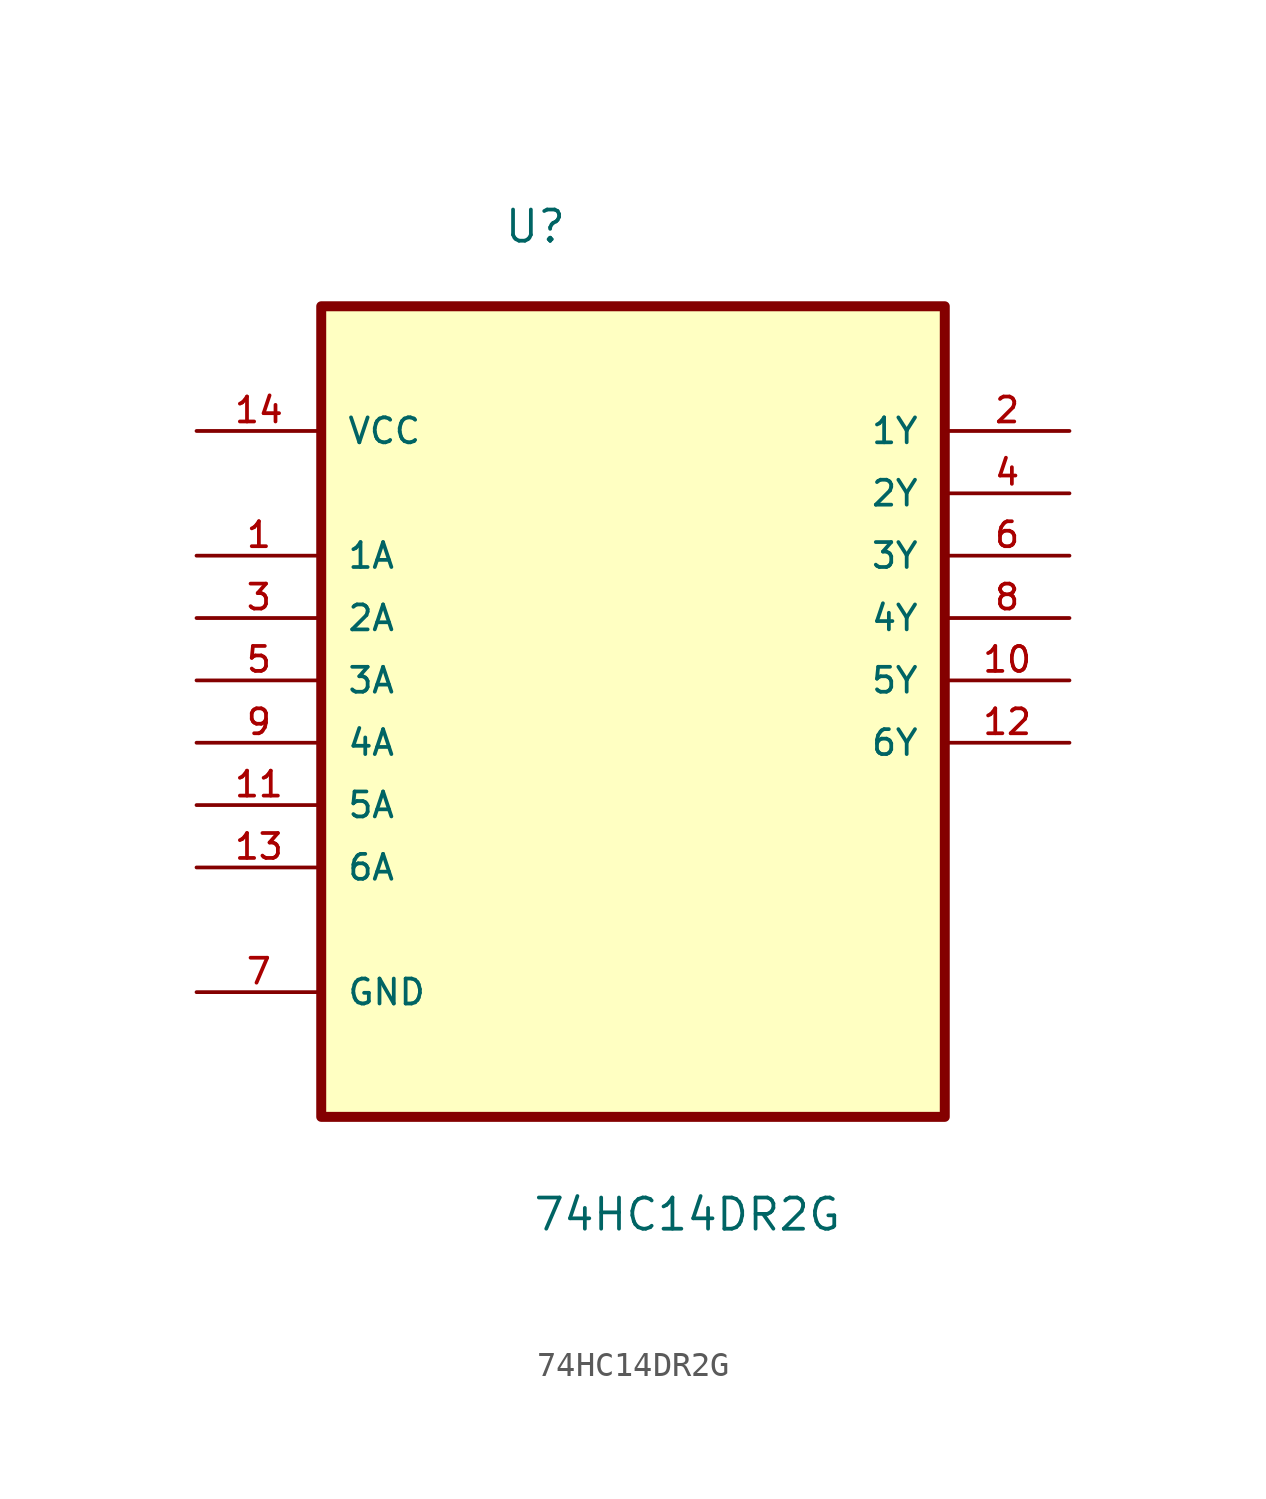
<source format=kicad_sym>
(kicad_symbol_lib
  (version 20211014)
  (generator kicad_symbol_editor)
  (symbol "74HC14DR2G"
    (pin_names
      (offset 1.016))
    (property "Reference" "U"
      (at -5.289 15.207 0.0)
      (effects (font (size 1.27 1.27)) (justify bottom left)))
    (property "Value" "74HC14DR2G"
      (at -4.118 -25.039 0.0)
      (effects (font (size 1.27 1.27)) (justify bottom left)))
    (symbol "74HC14DR2G_0_0"
      (rectangle (start -12.7 -20.32) (end 12.7 12.7) (stroke (width 0.406)) (fill (type background)))
      (pin power_in line (at -17.78 7.62 0) (length 5.08) (name "VCC" (effects (font (size 1.016 1.016)))) (number "14" (effects (font (size 1.016 1.016)))))
      (pin input line (at -17.78 2.54 0) (length 5.08) (name "1A" (effects (font (size 1.016 1.016)))) (number "1" (effects (font (size 1.016 1.016)))))
      (pin input line (at -17.78 0.0 0) (length 5.08) (name "2A" (effects (font (size 1.016 1.016)))) (number "3" (effects (font (size 1.016 1.016)))))
      (pin input line (at -17.78 -2.54 0) (length 5.08) (name "3A" (effects (font (size 1.016 1.016)))) (number "5" (effects (font (size 1.016 1.016)))))
      (pin input line (at -17.78 -5.08 0) (length 5.08) (name "4A" (effects (font (size 1.016 1.016)))) (number "9" (effects (font (size 1.016 1.016)))))
      (pin input line (at -17.78 -7.62 0) (length 5.08) (name "5A" (effects (font (size 1.016 1.016)))) (number "11" (effects (font (size 1.016 1.016)))))
      (pin input line (at -17.78 -10.16 0) (length 5.08) (name "6A" (effects (font (size 1.016 1.016)))) (number "13" (effects (font (size 1.016 1.016)))))
      (pin passive line (at -17.78 -15.24 0) (length 5.08) (name "GND" (effects (font (size 1.016 1.016)))) (number "7" (effects (font (size 1.016 1.016)))))
      (pin output line (at 17.78 7.62 180.0) (length 5.08) (name "1Y" (effects (font (size 1.016 1.016)))) (number "2" (effects (font (size 1.016 1.016)))))
      (pin output line (at 17.78 5.08 180.0) (length 5.08) (name "2Y" (effects (font (size 1.016 1.016)))) (number "4" (effects (font (size 1.016 1.016)))))
      (pin output line (at 17.78 2.54 180.0) (length 5.08) (name "3Y" (effects (font (size 1.016 1.016)))) (number "6" (effects (font (size 1.016 1.016)))))
      (pin output line (at 17.78 0.0 180.0) (length 5.08) (name "4Y" (effects (font (size 1.016 1.016)))) (number "8" (effects (font (size 1.016 1.016)))))
      (pin output line (at 17.78 -2.54 180.0) (length 5.08) (name "5Y" (effects (font (size 1.016 1.016)))) (number "10" (effects (font (size 1.016 1.016)))))
      (pin output line (at 17.78 -5.08 180.0) (length 5.08) (name "6Y" (effects (font (size 1.016 1.016)))) (number "12" (effects (font (size 1.016 1.016))))))))
</source>
